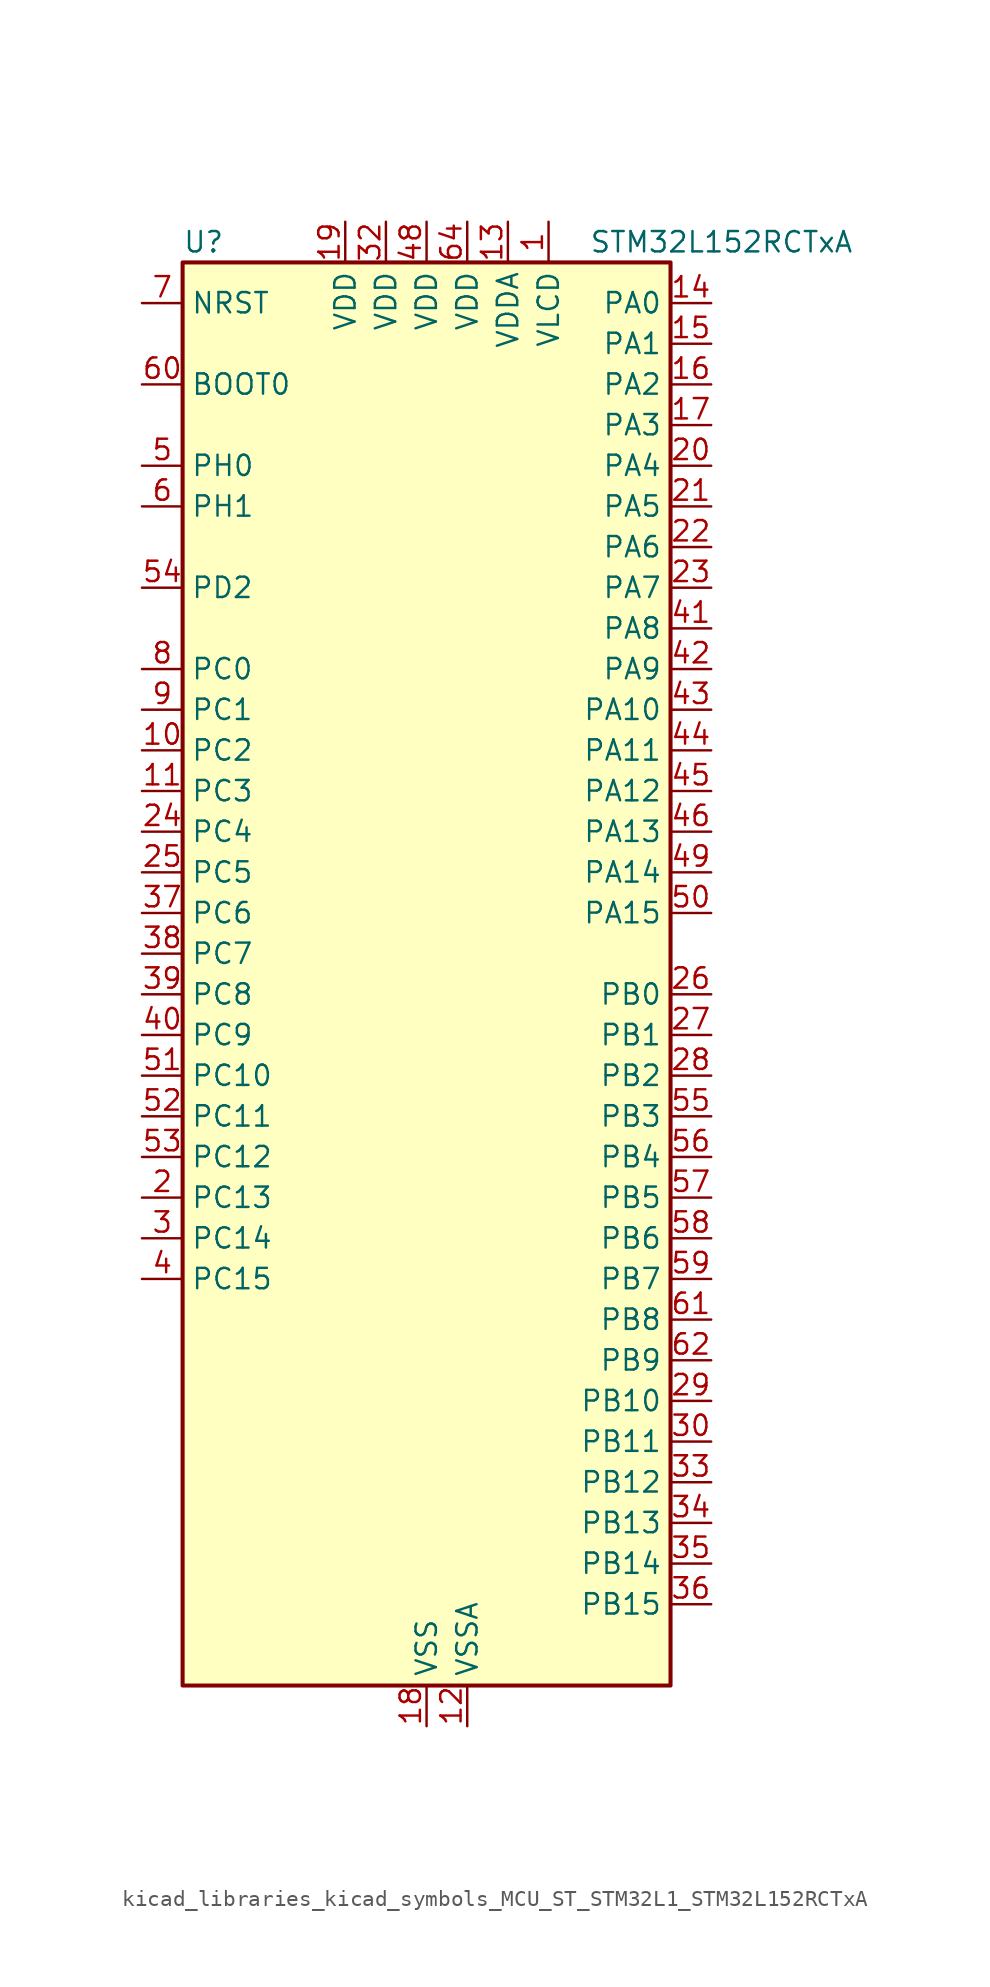
<source format=kicad_sym>
(kicad_symbol_lib
  (version 20220914)
  (generator kicad_symbol_editor)
  (symbol "kicad_libraries_kicad_symbols_MCU_ST_STM32L1_STM32L152RCTxA"
    (property "Reference" "U"
      (at -15.24 46.99 0)
      (effects (font (size 1.27 1.27)) (justify left)))
    (property "Value" "STM32L152RCTxA"
      (at 10.16 46.99 0)
      (effects (font (size 1.27 1.27)) (justify left)))
    (property "ki_locked" ""
      (at 0 0 0)
      (effects (font (size 1.27 1.27))))
    (symbol "kicad_libraries_kicad_symbols_MCU_ST_STM32L1_STM32L152RCTxA_0_1"
      (rectangle (start -15.24 -43.18) (end 15.24 45.72) (stroke (width 0.254) (type default)) (fill (type background))))
    (symbol "kicad_libraries_kicad_symbols_MCU_ST_STM32L1_STM32L152RCTxA_1_1"
      (pin power_in line (at 7.62 48.26 270) (length 2.54) (name "VLCD" (effects (font (size 1.27 1.27)))) (number "1" (effects (font (size 1.27 1.27)))))
      (pin bidirectional line (at -17.78 15.24 0) (length 2.54) (name "PC2" (effects (font (size 1.27 1.27)))) (number "10" (effects (font (size 1.27 1.27)))) (alternate "ADC_IN12" bidirectional line) (alternate "COMP1_INP" bidirectional line) (alternate "LCD_SEG20" bidirectional line) (alternate "TIMX_IC3" bidirectional line) (alternate "TS_G8_IO3" bidirectional line))
      (pin bidirectional line (at -17.78 12.7 0) (length 2.54) (name "PC3" (effects (font (size 1.27 1.27)))) (number "11" (effects (font (size 1.27 1.27)))) (alternate "ADC_IN13" bidirectional line) (alternate "COMP1_INP" bidirectional line) (alternate "LCD_SEG21" bidirectional line) (alternate "TIMX_IC4" bidirectional line) (alternate "TS_G8_IO4" bidirectional line))
      (pin power_in line (at 2.54 -45.72 90) (length 2.54) (name "VSSA" (effects (font (size 1.27 1.27)))) (number "12" (effects (font (size 1.27 1.27)))))
      (pin power_in line (at 5.08 48.26 270) (length 2.54) (name "VDDA" (effects (font (size 1.27 1.27)))) (number "13" (effects (font (size 1.27 1.27)))))
      (pin bidirectional line (at 17.78 43.18 180) (length 2.54) (name "PA0" (effects (font (size 1.27 1.27)))) (number "14" (effects (font (size 1.27 1.27)))) (alternate "ADC_IN0" bidirectional line) (alternate "COMP1_INP" bidirectional line) (alternate "RTC_TAMP2" bidirectional line) (alternate "SYS_WKUP1" bidirectional line) (alternate "TIM2_CH1" bidirectional line) (alternate "TIM2_ETR" bidirectional line) (alternate "TIM5_CH1" bidirectional line) (alternate "TIMX_IC1" bidirectional line) (alternate "TS_G1_IO1" bidirectional line) (alternate "USART2_CTS" bidirectional line))
      (pin bidirectional line (at 17.78 40.64 180) (length 2.54) (name "PA1" (effects (font (size 1.27 1.27)))) (number "15" (effects (font (size 1.27 1.27)))) (alternate "ADC_IN1" bidirectional line) (alternate "COMP1_INP" bidirectional line) (alternate "LCD_SEG0" bidirectional line) (alternate "OPAMP1_VINP" bidirectional line) (alternate "TIM2_CH2" bidirectional line) (alternate "TIM5_CH2" bidirectional line) (alternate "TIMX_IC2" bidirectional line) (alternate "TS_G1_IO2" bidirectional line) (alternate "USART2_RTS" bidirectional line))
      (pin bidirectional line (at 17.78 38.1 180) (length 2.54) (name "PA2" (effects (font (size 1.27 1.27)))) (number "16" (effects (font (size 1.27 1.27)))) (alternate "ADC_IN2" bidirectional line) (alternate "COMP1_INP" bidirectional line) (alternate "LCD_SEG1" bidirectional line) (alternate "OPAMP1_VINM" bidirectional line) (alternate "TIM2_CH3" bidirectional line) (alternate "TIM5_CH3" bidirectional line) (alternate "TIM9_CH1" bidirectional line) (alternate "TIMX_IC3" bidirectional line) (alternate "TS_G1_IO3" bidirectional line) (alternate "USART2_TX" bidirectional line))
      (pin bidirectional line (at 17.78 35.56 180) (length 2.54) (name "PA3" (effects (font (size 1.27 1.27)))) (number "17" (effects (font (size 1.27 1.27)))) (alternate "ADC_IN3" bidirectional line) (alternate "COMP1_INP" bidirectional line) (alternate "LCD_SEG2" bidirectional line) (alternate "OPAMP1_VOUT" bidirectional line) (alternate "TIM2_CH4" bidirectional line) (alternate "TIM5_CH4" bidirectional line) (alternate "TIM9_CH2" bidirectional line) (alternate "TIMX_IC4" bidirectional line) (alternate "TS_G1_IO4" bidirectional line) (alternate "USART2_RX" bidirectional line))
      (pin power_in line (at 0 -45.72 90) (length 2.54) (name "VSS" (effects (font (size 1.27 1.27)))) (number "18" (effects (font (size 1.27 1.27)))))
      (pin power_in line (at -5.08 48.26 270) (length 2.54) (name "VDD" (effects (font (size 1.27 1.27)))) (number "19" (effects (font (size 1.27 1.27)))))
      (pin bidirectional line (at -17.78 -12.7 0) (length 2.54) (name "PC13" (effects (font (size 1.27 1.27)))) (number "2" (effects (font (size 1.27 1.27)))) (alternate "RTC_OUT_ALARM" bidirectional line) (alternate "RTC_OUT_CALIB" bidirectional line) (alternate "RTC_TAMP1" bidirectional line) (alternate "RTC_TS" bidirectional line) (alternate "SYS_WKUP2" bidirectional line) (alternate "TIMX_IC2" bidirectional line))
      (pin bidirectional line (at 17.78 33.02 180) (length 2.54) (name "PA4" (effects (font (size 1.27 1.27)))) (number "20" (effects (font (size 1.27 1.27)))) (alternate "ADC_IN4" bidirectional line) (alternate "COMP1_INP" bidirectional line) (alternate "DAC_OUT1" bidirectional line) (alternate "I2S3_WS" bidirectional line) (alternate "SPI1_NSS" bidirectional line) (alternate "SPI3_NSS" bidirectional line) (alternate "TIMX_IC1" bidirectional line) (alternate "USART2_CK" bidirectional line))
      (pin bidirectional line (at 17.78 30.48 180) (length 2.54) (name "PA5" (effects (font (size 1.27 1.27)))) (number "21" (effects (font (size 1.27 1.27)))) (alternate "ADC_IN5" bidirectional line) (alternate "COMP1_INP" bidirectional line) (alternate "DAC_OUT2" bidirectional line) (alternate "SPI1_SCK" bidirectional line) (alternate "TIM2_CH1" bidirectional line) (alternate "TIM2_ETR" bidirectional line) (alternate "TIMX_IC2" bidirectional line))
      (pin bidirectional line (at 17.78 27.94 180) (length 2.54) (name "PA6" (effects (font (size 1.27 1.27)))) (number "22" (effects (font (size 1.27 1.27)))) (alternate "ADC_IN6" bidirectional line) (alternate "COMP1_INP" bidirectional line) (alternate "LCD_SEG3" bidirectional line) (alternate "OPAMP2_VINP" bidirectional line) (alternate "SPI1_MISO" bidirectional line) (alternate "TIM10_CH1" bidirectional line) (alternate "TIM3_CH1" bidirectional line) (alternate "TIMX_IC3" bidirectional line) (alternate "TS_G2_IO1" bidirectional line))
      (pin bidirectional line (at 17.78 25.4 180) (length 2.54) (name "PA7" (effects (font (size 1.27 1.27)))) (number "23" (effects (font (size 1.27 1.27)))) (alternate "ADC_IN7" bidirectional line) (alternate "COMP1_INP" bidirectional line) (alternate "LCD_SEG4" bidirectional line) (alternate "OPAMP2_VINM" bidirectional line) (alternate "SPI1_MOSI" bidirectional line) (alternate "TIM11_CH1" bidirectional line) (alternate "TIM3_CH2" bidirectional line) (alternate "TIMX_IC4" bidirectional line) (alternate "TS_G2_IO2" bidirectional line))
      (pin bidirectional line (at -17.78 10.16 0) (length 2.54) (name "PC4" (effects (font (size 1.27 1.27)))) (number "24" (effects (font (size 1.27 1.27)))) (alternate "ADC_IN14" bidirectional line) (alternate "COMP1_INP" bidirectional line) (alternate "LCD_SEG22" bidirectional line) (alternate "TIMX_IC1" bidirectional line) (alternate "TS_G9_IO1" bidirectional line))
      (pin bidirectional line (at -17.78 7.62 0) (length 2.54) (name "PC5" (effects (font (size 1.27 1.27)))) (number "25" (effects (font (size 1.27 1.27)))) (alternate "ADC_IN15" bidirectional line) (alternate "COMP1_INP" bidirectional line) (alternate "LCD_SEG23" bidirectional line) (alternate "TIMX_IC2" bidirectional line) (alternate "TS_G9_IO2" bidirectional line))
      (pin bidirectional line (at 17.78 0 180) (length 2.54) (name "PB0" (effects (font (size 1.27 1.27)))) (number "26" (effects (font (size 1.27 1.27)))) (alternate "ADC_IN8" bidirectional line) (alternate "COMP1_INP" bidirectional line) (alternate "LCD_SEG5" bidirectional line) (alternate "OPAMP2_VOUT" bidirectional line) (alternate "SYS_V_REF_OUT" bidirectional line) (alternate "TIM3_CH3" bidirectional line) (alternate "TS_G3_IO1" bidirectional line))
      (pin bidirectional line (at 17.78 -2.54 180) (length 2.54) (name "PB1" (effects (font (size 1.27 1.27)))) (number "27" (effects (font (size 1.27 1.27)))) (alternate "ADC_IN9" bidirectional line) (alternate "COMP1_INP" bidirectional line) (alternate "LCD_SEG6" bidirectional line) (alternate "SYS_V_REF_OUT" bidirectional line) (alternate "TIM3_CH4" bidirectional line) (alternate "TS_G3_IO2" bidirectional line))
      (pin bidirectional line (at 17.78 -5.08 180) (length 2.54) (name "PB2" (effects (font (size 1.27 1.27)))) (number "28" (effects (font (size 1.27 1.27)))) (alternate "TS_G3_IO3" bidirectional line))
      (pin bidirectional line (at 17.78 -25.4 180) (length 2.54) (name "PB10" (effects (font (size 1.27 1.27)))) (number "29" (effects (font (size 1.27 1.27)))) (alternate "I2C2_SCL" bidirectional line) (alternate "LCD_SEG10" bidirectional line) (alternate "TIM2_CH3" bidirectional line) (alternate "USART3_TX" bidirectional line))
      (pin bidirectional line (at -17.78 -15.24 0) (length 2.54) (name "PC14" (effects (font (size 1.27 1.27)))) (number "3" (effects (font (size 1.27 1.27)))) (alternate "RCC_OSC32_IN" bidirectional line) (alternate "TIMX_IC3" bidirectional line))
      (pin bidirectional line (at 17.78 -27.94 180) (length 2.54) (name "PB11" (effects (font (size 1.27 1.27)))) (number "30" (effects (font (size 1.27 1.27)))) (alternate "ADC_EXTI11" bidirectional line) (alternate "I2C2_SDA" bidirectional line) (alternate "LCD_SEG11" bidirectional line) (alternate "TIM2_CH4" bidirectional line) (alternate "USART3_RX" bidirectional line))
      (pin passive line (at 0 -45.72 90) (length 2.54) hide (name "VSS" (effects (font (size 1.27 1.27)))) (number "31" (effects (font (size 1.27 1.27)))))
      (pin power_in line (at -2.54 48.26 270) (length 2.54) (name "VDD" (effects (font (size 1.27 1.27)))) (number "32" (effects (font (size 1.27 1.27)))))
      (pin bidirectional line (at 17.78 -30.48 180) (length 2.54) (name "PB12" (effects (font (size 1.27 1.27)))) (number "33" (effects (font (size 1.27 1.27)))) (alternate "ADC_IN18" bidirectional line) (alternate "COMP1_INP" bidirectional line) (alternate "I2C2_SMBA" bidirectional line) (alternate "I2S2_WS" bidirectional line) (alternate "LCD_SEG12" bidirectional line) (alternate "SPI2_NSS" bidirectional line) (alternate "TIM10_CH1" bidirectional line) (alternate "TS_G7_IO1" bidirectional line) (alternate "USART3_CK" bidirectional line))
      (pin bidirectional line (at 17.78 -33.02 180) (length 2.54) (name "PB13" (effects (font (size 1.27 1.27)))) (number "34" (effects (font (size 1.27 1.27)))) (alternate "ADC_IN19" bidirectional line) (alternate "COMP1_INP" bidirectional line) (alternate "I2S2_CK" bidirectional line) (alternate "LCD_SEG13" bidirectional line) (alternate "SPI2_SCK" bidirectional line) (alternate "TIM9_CH1" bidirectional line) (alternate "TS_G7_IO2" bidirectional line) (alternate "USART3_CTS" bidirectional line))
      (pin bidirectional line (at 17.78 -35.56 180) (length 2.54) (name "PB14" (effects (font (size 1.27 1.27)))) (number "35" (effects (font (size 1.27 1.27)))) (alternate "ADC_IN20" bidirectional line) (alternate "COMP1_INP" bidirectional line) (alternate "LCD_SEG14" bidirectional line) (alternate "SPI2_MISO" bidirectional line) (alternate "TIM9_CH2" bidirectional line) (alternate "TS_G7_IO3" bidirectional line) (alternate "USART3_RTS" bidirectional line))
      (pin bidirectional line (at 17.78 -38.1 180) (length 2.54) (name "PB15" (effects (font (size 1.27 1.27)))) (number "36" (effects (font (size 1.27 1.27)))) (alternate "ADC_EXTI15" bidirectional line) (alternate "ADC_IN21" bidirectional line) (alternate "COMP1_INP" bidirectional line) (alternate "I2S2_SD" bidirectional line) (alternate "LCD_SEG15" bidirectional line) (alternate "RTC_REFIN" bidirectional line) (alternate "SPI2_MOSI" bidirectional line) (alternate "TIM11_CH1" bidirectional line) (alternate "TS_G7_IO4" bidirectional line))
      (pin bidirectional line (at -17.78 5.08 0) (length 2.54) (name "PC6" (effects (font (size 1.27 1.27)))) (number "37" (effects (font (size 1.27 1.27)))) (alternate "I2S2_MCK" bidirectional line) (alternate "LCD_SEG24" bidirectional line) (alternate "TIM3_CH1" bidirectional line) (alternate "TIMX_IC3" bidirectional line) (alternate "TS_G10_IO1" bidirectional line))
      (pin bidirectional line (at -17.78 2.54 0) (length 2.54) (name "PC7" (effects (font (size 1.27 1.27)))) (number "38" (effects (font (size 1.27 1.27)))) (alternate "I2S3_MCK" bidirectional line) (alternate "LCD_SEG25" bidirectional line) (alternate "TIM3_CH2" bidirectional line) (alternate "TIMX_IC4" bidirectional line) (alternate "TS_G10_IO2" bidirectional line))
      (pin bidirectional line (at -17.78 0 0) (length 2.54) (name "PC8" (effects (font (size 1.27 1.27)))) (number "39" (effects (font (size 1.27 1.27)))) (alternate "LCD_SEG26" bidirectional line) (alternate "TIM3_CH3" bidirectional line) (alternate "TIMX_IC1" bidirectional line) (alternate "TS_G10_IO3" bidirectional line))
      (pin bidirectional line (at -17.78 -17.78 0) (length 2.54) (name "PC15" (effects (font (size 1.27 1.27)))) (number "4" (effects (font (size 1.27 1.27)))) (alternate "ADC_EXTI15" bidirectional line) (alternate "RCC_OSC32_OUT" bidirectional line) (alternate "TIMX_IC4" bidirectional line))
      (pin bidirectional line (at -17.78 -2.54 0) (length 2.54) (name "PC9" (effects (font (size 1.27 1.27)))) (number "40" (effects (font (size 1.27 1.27)))) (alternate "DAC_EXTI9" bidirectional line) (alternate "LCD_SEG27" bidirectional line) (alternate "TIM3_CH4" bidirectional line) (alternate "TIMX_IC2" bidirectional line) (alternate "TS_G10_IO4" bidirectional line))
      (pin bidirectional line (at 17.78 22.86 180) (length 2.54) (name "PA8" (effects (font (size 1.27 1.27)))) (number "41" (effects (font (size 1.27 1.27)))) (alternate "LCD_COM0" bidirectional line) (alternate "RCC_MCO" bidirectional line) (alternate "TIMX_IC1" bidirectional line) (alternate "TS_G4_IO1" bidirectional line) (alternate "USART1_CK" bidirectional line))
      (pin bidirectional line (at 17.78 20.32 180) (length 2.54) (name "PA9" (effects (font (size 1.27 1.27)))) (number "42" (effects (font (size 1.27 1.27)))) (alternate "DAC_EXTI9" bidirectional line) (alternate "LCD_COM1" bidirectional line) (alternate "TIMX_IC2" bidirectional line) (alternate "TS_G4_IO2" bidirectional line) (alternate "USART1_TX" bidirectional line))
      (pin bidirectional line (at 17.78 17.78 180) (length 2.54) (name "PA10" (effects (font (size 1.27 1.27)))) (number "43" (effects (font (size 1.27 1.27)))) (alternate "LCD_COM2" bidirectional line) (alternate "TIMX_IC3" bidirectional line) (alternate "TS_G4_IO3" bidirectional line) (alternate "USART1_RX" bidirectional line))
      (pin bidirectional line (at 17.78 15.24 180) (length 2.54) (name "PA11" (effects (font (size 1.27 1.27)))) (number "44" (effects (font (size 1.27 1.27)))) (alternate "ADC_EXTI11" bidirectional line) (alternate "SPI1_MISO" bidirectional line) (alternate "TIMX_IC4" bidirectional line) (alternate "USART1_CTS" bidirectional line) (alternate "USB_DM" bidirectional line))
      (pin bidirectional line (at 17.78 12.7 180) (length 2.54) (name "PA12" (effects (font (size 1.27 1.27)))) (number "45" (effects (font (size 1.27 1.27)))) (alternate "SPI1_MOSI" bidirectional line) (alternate "TIMX_IC1" bidirectional line) (alternate "USART1_RTS" bidirectional line) (alternate "USB_DP" bidirectional line))
      (pin bidirectional line (at 17.78 10.16 180) (length 2.54) (name "PA13" (effects (font (size 1.27 1.27)))) (number "46" (effects (font (size 1.27 1.27)))) (alternate "SYS_JTMS-SWDIO" bidirectional line) (alternate "TIMX_IC2" bidirectional line) (alternate "TS_G5_IO1" bidirectional line))
      (pin passive line (at 0 -45.72 90) (length 2.54) hide (name "VSS" (effects (font (size 1.27 1.27)))) (number "47" (effects (font (size 1.27 1.27)))))
      (pin power_in line (at 0 48.26 270) (length 2.54) (name "VDD" (effects (font (size 1.27 1.27)))) (number "48" (effects (font (size 1.27 1.27)))))
      (pin bidirectional line (at 17.78 7.62 180) (length 2.54) (name "PA14" (effects (font (size 1.27 1.27)))) (number "49" (effects (font (size 1.27 1.27)))) (alternate "SYS_JTCK-SWCLK" bidirectional line) (alternate "TIMX_IC3" bidirectional line) (alternate "TS_G5_IO2" bidirectional line))
      (pin bidirectional line (at -17.78 33.02 0) (length 2.54) (name "PH0" (effects (font (size 1.27 1.27)))) (number "5" (effects (font (size 1.27 1.27)))) (alternate "RCC_OSC_IN" bidirectional line))
      (pin bidirectional line (at 17.78 5.08 180) (length 2.54) (name "PA15" (effects (font (size 1.27 1.27)))) (number "50" (effects (font (size 1.27 1.27)))) (alternate "ADC_EXTI15" bidirectional line) (alternate "I2S3_WS" bidirectional line) (alternate "LCD_SEG17" bidirectional line) (alternate "SPI1_NSS" bidirectional line) (alternate "SPI3_NSS" bidirectional line) (alternate "SYS_JTDI" bidirectional line) (alternate "TIM2_CH1" bidirectional line) (alternate "TIM2_ETR" bidirectional line) (alternate "TIMX_IC4" bidirectional line) (alternate "TS_G5_IO3" bidirectional line))
      (pin bidirectional line (at -17.78 -5.08 0) (length 2.54) (name "PC10" (effects (font (size 1.27 1.27)))) (number "51" (effects (font (size 1.27 1.27)))) (alternate "I2S3_CK" bidirectional line) (alternate "LCD_COM4" bidirectional line) (alternate "LCD_SEG28" bidirectional line) (alternate "LCD_SEG40" bidirectional line) (alternate "SPI3_SCK" bidirectional line) (alternate "TIMX_IC3" bidirectional line) (alternate "USART3_TX" bidirectional line))
      (pin bidirectional line (at -17.78 -7.62 0) (length 2.54) (name "PC11" (effects (font (size 1.27 1.27)))) (number "52" (effects (font (size 1.27 1.27)))) (alternate "ADC_EXTI11" bidirectional line) (alternate "LCD_COM5" bidirectional line) (alternate "LCD_SEG29" bidirectional line) (alternate "LCD_SEG41" bidirectional line) (alternate "SPI3_MISO" bidirectional line) (alternate "TIMX_IC4" bidirectional line) (alternate "USART3_RX" bidirectional line))
      (pin bidirectional line (at -17.78 -10.16 0) (length 2.54) (name "PC12" (effects (font (size 1.27 1.27)))) (number "53" (effects (font (size 1.27 1.27)))) (alternate "I2S3_SD" bidirectional line) (alternate "LCD_COM6" bidirectional line) (alternate "LCD_SEG30" bidirectional line) (alternate "LCD_SEG42" bidirectional line) (alternate "SPI3_MOSI" bidirectional line) (alternate "TIMX_IC1" bidirectional line) (alternate "USART3_CK" bidirectional line))
      (pin bidirectional line (at -17.78 25.4 0) (length 2.54) (name "PD2" (effects (font (size 1.27 1.27)))) (number "54" (effects (font (size 1.27 1.27)))) (alternate "LCD_COM7" bidirectional line) (alternate "LCD_SEG31" bidirectional line) (alternate "LCD_SEG43" bidirectional line) (alternate "TIM3_ETR" bidirectional line) (alternate "TIMX_IC3" bidirectional line))
      (pin bidirectional line (at 17.78 -7.62 180) (length 2.54) (name "PB3" (effects (font (size 1.27 1.27)))) (number "55" (effects (font (size 1.27 1.27)))) (alternate "COMP2_INM" bidirectional line) (alternate "I2S3_CK" bidirectional line) (alternate "LCD_SEG7" bidirectional line) (alternate "SPI1_SCK" bidirectional line) (alternate "SPI3_SCK" bidirectional line) (alternate "SYS_JTDO-TRACESWO" bidirectional line) (alternate "TIM2_CH2" bidirectional line))
      (pin bidirectional line (at 17.78 -10.16 180) (length 2.54) (name "PB4" (effects (font (size 1.27 1.27)))) (number "56" (effects (font (size 1.27 1.27)))) (alternate "COMP2_INP" bidirectional line) (alternate "LCD_SEG8" bidirectional line) (alternate "SPI1_MISO" bidirectional line) (alternate "SPI3_MISO" bidirectional line) (alternate "SYS_JTRST" bidirectional line) (alternate "TIM3_CH1" bidirectional line) (alternate "TS_G6_IO1" bidirectional line))
      (pin bidirectional line (at 17.78 -12.7 180) (length 2.54) (name "PB5" (effects (font (size 1.27 1.27)))) (number "57" (effects (font (size 1.27 1.27)))) (alternate "COMP2_INP" bidirectional line) (alternate "I2C1_SMBA" bidirectional line) (alternate "I2S3_SD" bidirectional line) (alternate "LCD_SEG9" bidirectional line) (alternate "SPI1_MOSI" bidirectional line) (alternate "SPI3_MOSI" bidirectional line) (alternate "TIM3_CH2" bidirectional line) (alternate "TS_G6_IO2" bidirectional line))
      (pin bidirectional line (at 17.78 -15.24 180) (length 2.54) (name "PB6" (effects (font (size 1.27 1.27)))) (number "58" (effects (font (size 1.27 1.27)))) (alternate "COMP2_INP" bidirectional line) (alternate "I2C1_SCL" bidirectional line) (alternate "TIM4_CH1" bidirectional line) (alternate "TS_G6_IO3" bidirectional line) (alternate "USART1_TX" bidirectional line))
      (pin bidirectional line (at 17.78 -17.78 180) (length 2.54) (name "PB7" (effects (font (size 1.27 1.27)))) (number "59" (effects (font (size 1.27 1.27)))) (alternate "COMP2_INP" bidirectional line) (alternate "I2C1_SDA" bidirectional line) (alternate "SYS_PVD_IN" bidirectional line) (alternate "TIM4_CH2" bidirectional line) (alternate "TS_G6_IO4" bidirectional line) (alternate "USART1_RX" bidirectional line))
      (pin bidirectional line (at -17.78 30.48 0) (length 2.54) (name "PH1" (effects (font (size 1.27 1.27)))) (number "6" (effects (font (size 1.27 1.27)))) (alternate "RCC_OSC_OUT" bidirectional line))
      (pin input line (at -17.78 38.1 0) (length 2.54) (name "BOOT0" (effects (font (size 1.27 1.27)))) (number "60" (effects (font (size 1.27 1.27)))))
      (pin bidirectional line (at 17.78 -20.32 180) (length 2.54) (name "PB8" (effects (font (size 1.27 1.27)))) (number "61" (effects (font (size 1.27 1.27)))) (alternate "I2C1_SCL" bidirectional line) (alternate "LCD_SEG16" bidirectional line) (alternate "TIM10_CH1" bidirectional line) (alternate "TIM4_CH3" bidirectional line))
      (pin bidirectional line (at 17.78 -22.86 180) (length 2.54) (name "PB9" (effects (font (size 1.27 1.27)))) (number "62" (effects (font (size 1.27 1.27)))) (alternate "DAC_EXTI9" bidirectional line) (alternate "I2C1_SDA" bidirectional line) (alternate "LCD_COM3" bidirectional line) (alternate "TIM11_CH1" bidirectional line) (alternate "TIM4_CH4" bidirectional line))
      (pin passive line (at 0 -45.72 90) (length 2.54) hide (name "VSS" (effects (font (size 1.27 1.27)))) (number "63" (effects (font (size 1.27 1.27)))))
      (pin power_in line (at 2.54 48.26 270) (length 2.54) (name "VDD" (effects (font (size 1.27 1.27)))) (number "64" (effects (font (size 1.27 1.27)))))
      (pin input line (at -17.78 43.18 0) (length 2.54) (name "NRST" (effects (font (size 1.27 1.27)))) (number "7" (effects (font (size 1.27 1.27)))))
      (pin bidirectional line (at -17.78 20.32 0) (length 2.54) (name "PC0" (effects (font (size 1.27 1.27)))) (number "8" (effects (font (size 1.27 1.27)))) (alternate "ADC_IN10" bidirectional line) (alternate "COMP1_INP" bidirectional line) (alternate "LCD_SEG18" bidirectional line) (alternate "TIMX_IC1" bidirectional line) (alternate "TS_G8_IO1" bidirectional line))
      (pin bidirectional line (at -17.78 17.78 0) (length 2.54) (name "PC1" (effects (font (size 1.27 1.27)))) (number "9" (effects (font (size 1.27 1.27)))) (alternate "ADC_IN11" bidirectional line) (alternate "COMP1_INP" bidirectional line) (alternate "LCD_SEG19" bidirectional line) (alternate "TIMX_IC2" bidirectional line) (alternate "TS_G8_IO2" bidirectional line)))))
</source>
